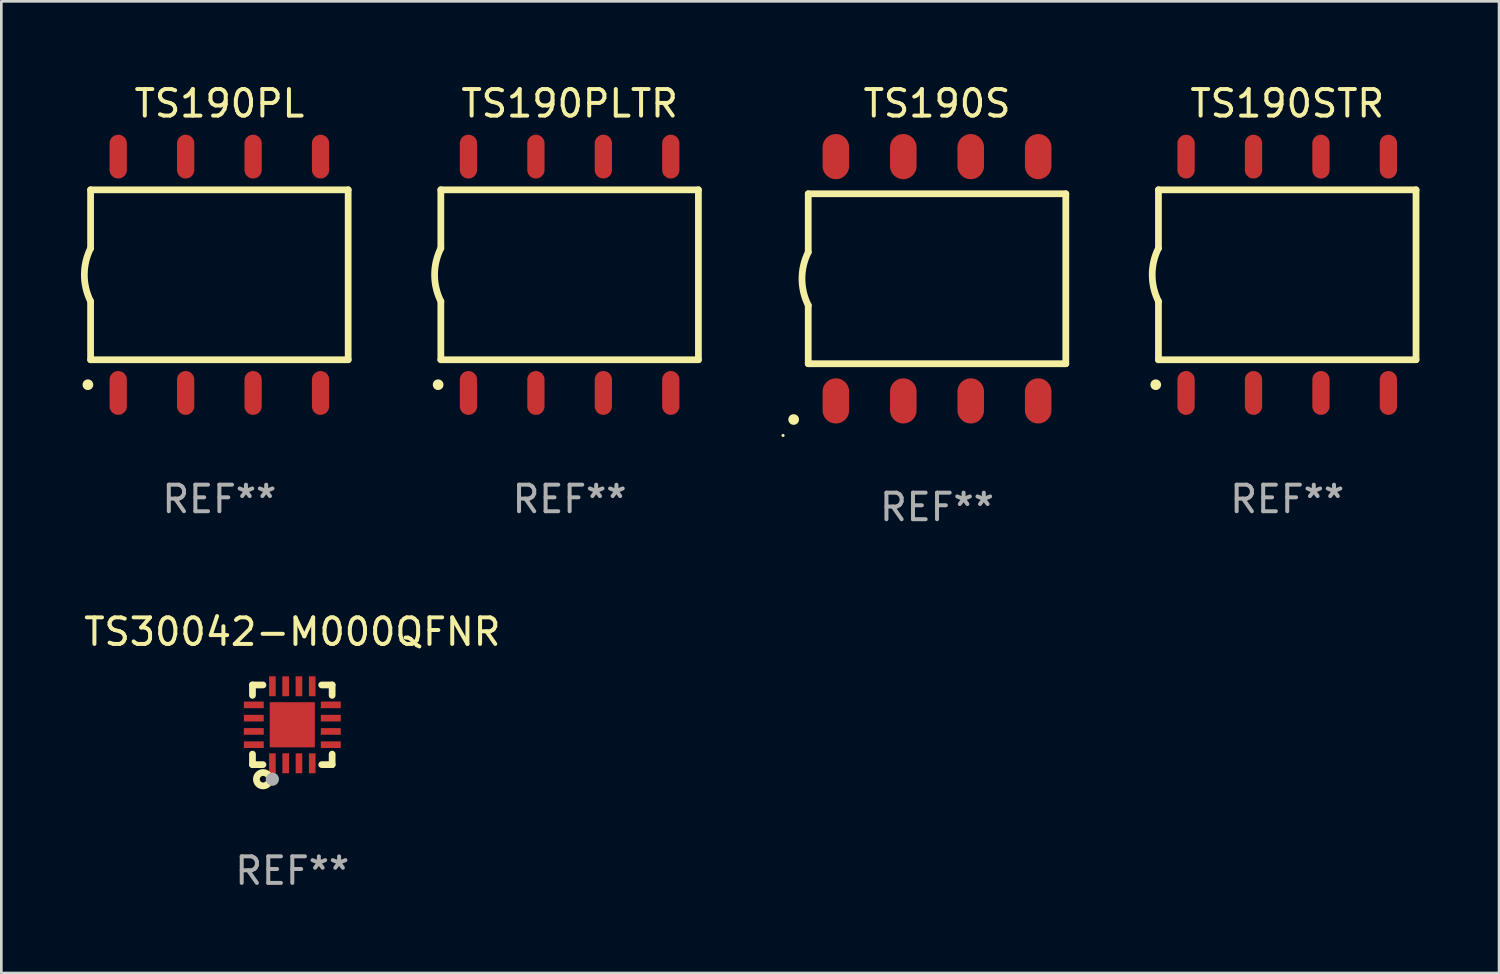
<source format=kicad_pcb>
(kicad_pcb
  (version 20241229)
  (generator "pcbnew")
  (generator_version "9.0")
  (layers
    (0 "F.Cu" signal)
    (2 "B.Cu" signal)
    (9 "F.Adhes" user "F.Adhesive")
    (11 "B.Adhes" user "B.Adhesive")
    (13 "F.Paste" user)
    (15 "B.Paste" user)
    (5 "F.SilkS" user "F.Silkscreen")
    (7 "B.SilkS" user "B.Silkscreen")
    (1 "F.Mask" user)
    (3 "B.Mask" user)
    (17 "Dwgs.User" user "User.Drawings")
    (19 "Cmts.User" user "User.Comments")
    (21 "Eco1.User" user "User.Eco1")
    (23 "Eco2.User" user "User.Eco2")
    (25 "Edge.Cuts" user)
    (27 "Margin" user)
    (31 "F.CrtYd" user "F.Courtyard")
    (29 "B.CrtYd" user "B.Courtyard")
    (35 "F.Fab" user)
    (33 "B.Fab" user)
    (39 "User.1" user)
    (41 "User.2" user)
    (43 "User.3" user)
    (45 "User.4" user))
  (footprint "TS30042-M000QFNR"
    (layer "F.Cu")
    (at 7.958 24.245)
    (property "Reference" "TS30042-M000QFNR" (at 0 -3.5 0) (layer "F.SilkS") (effects (font (size 1 1) (thickness 0.15))))
    (attr through_hole)
    (fp_line (start -1.5 -1.5) (end -1.5 -1.108) (stroke (width 0.254) (type solid)) (layer "F.SilkS"))
    (fp_line (start -1.5 -1.5) (end -1.105 -1.5) (stroke (width 0.254) (type solid)) (layer "F.SilkS"))
    (fp_line (start -1.5 1.104) (end -1.5 1.5) (stroke (width 0.254) (type solid)) (layer "F.SilkS"))
    (fp_line (start -1.5 1.5) (end -1.105 1.5) (stroke (width 0.254) (type solid)) (layer "F.SilkS"))
    (fp_line (start 1.106 -1.5) (end 1.5 -1.5) (stroke (width 0.254) (type solid)) (layer "F.SilkS"))
    (fp_line (start 1.108 1.5) (end 1.5 1.5) (stroke (width 0.254) (type solid)) (layer "F.SilkS"))
    (fp_line (start 1.5 -1.108) (end 1.5 -1.5) (stroke (width 0.254) (type solid)) (layer "F.SilkS"))
    (fp_line (start 1.5 1.5) (end 1.5 1.104) (stroke (width 0.254) (type solid)) (layer "F.SilkS"))
    (fp_circle (center -1.5 1.5) (end -1.47 1.5) (stroke (width 0.06) (type solid)) (fill no) (layer "F.SilkS"))
    (fp_circle (center -1.1 2.05) (end -0.975 2.05) (stroke (width 0.254) (type solid)) (fill no) (layer "F.SilkS"))
    (fp_circle (center -0.75 2.05) (end -0.625 2.05) (stroke (width 0.25) (type solid)) (fill no) (layer "F.Fab"))
    (fp_text user "REF**" (at 0 5.5 0) (layer "F.Fab") (effects (font (size 1 1) (thickness 0.15))))
    (pad "1" smd rect (at -0.749 1.45) (size 0.25 0.75) (layers "F.Cu" "F.Mask" "F.Paste"))
    (pad "2" smd rect (at -0.249 1.45) (size 0.25 0.75) (layers "F.Cu" "F.Mask" "F.Paste"))
    (pad "3" smd rect (at 0.251 1.45) (size 0.25 0.75) (layers "F.Cu" "F.Mask" "F.Paste"))
    (pad "4" smd rect (at 0.751 1.45) (size 0.25 0.75) (layers "F.Cu" "F.Mask" "F.Paste"))
    (pad "5" smd rect (at 1.45 0.75) (size 0.75 0.25) (layers "F.Cu" "F.Mask" "F.Paste"))
    (pad "6" smd rect (at 1.45 0.25) (size 0.75 0.25) (layers "F.Cu" "F.Mask" "F.Paste"))
    (pad "7" smd rect (at 1.45 -0.25) (size 0.75 0.25) (layers "F.Cu" "F.Mask" "F.Paste"))
    (pad "8" smd rect (at 1.45 -0.75) (size 0.75 0.25) (layers "F.Cu" "F.Mask" "F.Paste"))
    (pad "9" smd rect (at 0.75 -1.45) (size 0.25 0.75) (layers "F.Cu" "F.Mask" "F.Paste"))
    (pad "10" smd rect (at 0.25 -1.45) (size 0.25 0.75) (layers "F.Cu" "F.Mask" "F.Paste"))
    (pad "11" smd rect (at -0.25 -1.45) (size 0.25 0.75) (layers "F.Cu" "F.Mask" "F.Paste"))
    (pad "12" smd rect (at -0.749 -1.45) (size 0.25 0.75) (layers "F.Cu" "F.Mask" "F.Paste"))
    (pad "13" smd rect (at -1.45 -0.75) (size 0.75 0.25) (layers "F.Cu" "F.Mask" "F.Paste"))
    (pad "14" smd rect (at -1.45 -0.25) (size 0.75 0.25) (layers "F.Cu" "F.Mask" "F.Paste"))
    (pad "15" smd rect (at -1.45 0.25) (size 0.75 0.25) (layers "F.Cu" "F.Mask" "F.Paste"))
    (pad "16" smd rect (at -1.45 0.75) (size 0.75 0.25) (layers "F.Cu" "F.Mask" "F.Paste"))
    (pad "17" smd rect (at 0.000267 0.000267) (size 1.7 1.7) (layers "F.Cu" "F.Mask" "F.Paste")))
  (footprint "TS190PLTR"
    (layer "F.Cu")
    (at 18.402 7.298)
    (property "Reference" "TS190PLTR" (at 0 -6.45 0) (layer "F.SilkS") (effects (font (size 1 1) (thickness 0.15))))
    (attr through_hole)
    (fp_line (start -4.85 -3.2) (end -4.85 -1) (stroke (width 0.254) (type solid)) (layer "F.SilkS"))
    (fp_line (start -4.85 -3.2) (end 4.85 -3.2) (stroke (width 0.254) (type solid)) (layer "F.SilkS"))
    (fp_line (start -4.85 3.2) (end -4.85 1) (stroke (width 0.254) (type solid)) (layer "F.SilkS"))
    (fp_line (start 4.85 -3.2) (end 4.85 3.2) (stroke (width 0.254) (type solid)) (layer "F.SilkS"))
    (fp_line (start 4.85 3.2) (end -4.85 3.2) (stroke (width 0.254) (type solid)) (layer "F.SilkS"))
    (fp_arc (start -4.95301 4.140208) (mid -4.95174 4.140204) (end -4.95047 4.140208) (stroke (width 0.4) (type solid)) (layer "F.SilkS"))
    (fp_arc (start -4.84887 1.000762) (mid -5.085418 0.000516) (end -4.850013 -1) (stroke (width 0.254001) (type solid)) (layer "F.SilkS"))
    (fp_text user "REF**" (at 0 8.45 0) (layer "F.Fab") (effects (font (size 1 1) (thickness 0.15))))
    (pad "1" smd oval (at -3.81 4.45) (size 0.65 1.65) (layers "F.Cu" "F.Mask" "F.Paste"))
    (pad "2" smd oval (at -1.27 4.45) (size 0.65 1.65) (layers "F.Cu" "F.Mask" "F.Paste"))
    (pad "3" smd oval (at 1.27 4.45) (size 0.65 1.65) (layers "F.Cu" "F.Mask" "F.Paste"))
    (pad "4" smd oval (at 3.81 4.45) (size 0.65 1.65) (layers "F.Cu" "F.Mask" "F.Paste"))
    (pad "5" smd oval (at 3.81 -4.45 180) (size 0.65 1.65) (layers "F.Cu" "F.Mask" "F.Paste"))
    (pad "6" smd oval (at 1.27 -4.45 180) (size 0.65 1.65) (layers "F.Cu" "F.Mask" "F.Paste"))
    (pad "7" smd oval (at -1.27 -4.45 180) (size 0.65 1.65) (layers "F.Cu" "F.Mask" "F.Paste"))
    (pad "8" smd oval (at -3.81 -4.45 180) (size 0.65 1.65) (layers "F.Cu" "F.Mask" "F.Paste")))
  (footprint "TS190STR"
    (layer "F.Cu")
    (at 45.427 7.298)
    (property "Reference" "TS190STR" (at 0 -6.45 0) (layer "F.SilkS") (effects (font (size 1 1) (thickness 0.15))))
    (attr through_hole)
    (fp_line (start -4.85 -3.2) (end -4.85 -1) (stroke (width 0.254) (type solid)) (layer "F.SilkS"))
    (fp_line (start -4.85 -3.2) (end 4.85 -3.2) (stroke (width 0.254) (type solid)) (layer "F.SilkS"))
    (fp_line (start -4.85 3.2) (end -4.85 1) (stroke (width 0.254) (type solid)) (layer "F.SilkS"))
    (fp_line (start 4.85 -3.2) (end 4.85 3.2) (stroke (width 0.254) (type solid)) (layer "F.SilkS"))
    (fp_line (start 4.85 3.2) (end -4.85 3.2) (stroke (width 0.254) (type solid)) (layer "F.SilkS"))
    (fp_arc (start -4.95301 4.140208) (mid -4.95174 4.140204) (end -4.95047 4.140208) (stroke (width 0.4) (type solid)) (layer "F.SilkS"))
    (fp_arc (start -4.84887 1.000762) (mid -5.085418 0.000516) (end -4.850013 -1) (stroke (width 0.254001) (type solid)) (layer "F.SilkS"))
    (fp_text user "REF**" (at 0 8.45 0) (layer "F.Fab") (effects (font (size 1 1) (thickness 0.15))))
    (pad "1" smd oval (at -3.81 4.45) (size 0.65 1.65) (layers "F.Cu" "F.Mask" "F.Paste"))
    (pad "2" smd oval (at -1.27 4.45) (size 0.65 1.65) (layers "F.Cu" "F.Mask" "F.Paste"))
    (pad "3" smd oval (at 1.27 4.45) (size 0.65 1.65) (layers "F.Cu" "F.Mask" "F.Paste"))
    (pad "4" smd oval (at 3.81 4.45) (size 0.65 1.65) (layers "F.Cu" "F.Mask" "F.Paste"))
    (pad "5" smd oval (at 3.81 -4.45 180) (size 0.65 1.65) (layers "F.Cu" "F.Mask" "F.Paste"))
    (pad "6" smd oval (at 1.27 -4.45 180) (size 0.65 1.65) (layers "F.Cu" "F.Mask" "F.Paste"))
    (pad "7" smd oval (at -1.27 -4.45 180) (size 0.65 1.65) (layers "F.Cu" "F.Mask" "F.Paste"))
    (pad "8" smd oval (at -3.81 -4.45 180) (size 0.65 1.65) (layers "F.Cu" "F.Mask" "F.Paste")))
  (footprint "TS190S"
    (layer "F.Cu")
    (at 32.238 7.448)
    (property "Reference" "TS190S" (at 0 -6.6 0) (layer "F.SilkS") (effects (font (size 1 1) (thickness 0.15))))
    (attr through_hole)
    (fp_line (start -4.85 -3.2) (end -4.85 -1) (stroke (width 0.254) (type solid)) (layer "F.SilkS"))
    (fp_line (start -4.85 -3.2) (end 4.85 -3.2) (stroke (width 0.254) (type solid)) (layer "F.SilkS"))
    (fp_line (start -4.85 3.2) (end -4.85 1) (stroke (width 0.254) (type solid)) (layer "F.SilkS"))
    (fp_line (start 4.85 -3.2) (end 4.85 3.2) (stroke (width 0.254) (type solid)) (layer "F.SilkS"))
    (fp_line (start 4.85 3.2) (end -4.85 3.2) (stroke (width 0.254) (type solid)) (layer "F.SilkS"))
    (fp_arc (start -5.400051 5.300991) (mid -5.398781 5.300987) (end -5.397511 5.300991) (stroke (width 0.4) (type solid)) (layer "F.SilkS"))
    (fp_arc (start -4.84887 1.000762) (mid -5.085418 0.000516) (end -4.850013 -1) (stroke (width 0.254001) (type solid)) (layer "F.SilkS"))
    (fp_circle (center -5.799 5.901) (end -5.769 5.901) (stroke (width 0.06) (type solid)) (fill no) (layer "F.SilkS"))
    (fp_text user "REF**" (at 0 8.6 0) (layer "F.Fab") (effects (font (size 1 1) (thickness 0.15))))
    (pad "1" smd oval (at -3.81 4.6) (size 1 1.7) (layers "F.Cu" "F.Mask" "F.Paste"))
    (pad "2" smd oval (at -1.27 4.6) (size 1 1.7) (layers "F.Cu" "F.Mask" "F.Paste"))
    (pad "3" smd oval (at 1.27 4.6) (size 1 1.7) (layers "F.Cu" "F.Mask" "F.Paste"))
    (pad "4" smd oval (at 3.81 4.6) (size 1 1.7) (layers "F.Cu" "F.Mask" "F.Paste"))
    (pad "5" smd oval (at 3.81 -4.6 180) (size 1 1.7) (layers "F.Cu" "F.Mask" "F.Paste"))
    (pad "6" smd oval (at 1.27 -4.6 180) (size 1 1.7) (layers "F.Cu" "F.Mask" "F.Paste"))
    (pad "7" smd oval (at -1.27 -4.6 180) (size 1 1.7) (layers "F.Cu" "F.Mask" "F.Paste"))
    (pad "8" smd oval (at -3.81 -4.6 180) (size 1 1.7) (layers "F.Cu" "F.Mask" "F.Paste")))
  (footprint "TS190PL"
    (layer "F.Cu")
    (at 5.212 7.298)
    (property "Reference" "TS190PL" (at 0 -6.45 0) (layer "F.SilkS") (effects (font (size 1 1) (thickness 0.15))))
    (attr through_hole)
    (fp_line (start -4.85 -3.2) (end -4.85 -1) (stroke (width 0.254) (type solid)) (layer "F.SilkS"))
    (fp_line (start -4.85 -3.2) (end 4.85 -3.2) (stroke (width 0.254) (type solid)) (layer "F.SilkS"))
    (fp_line (start -4.85 3.2) (end -4.85 1) (stroke (width 0.254) (type solid)) (layer "F.SilkS"))
    (fp_line (start 4.85 -3.2) (end 4.85 3.2) (stroke (width 0.254) (type solid)) (layer "F.SilkS"))
    (fp_line (start 4.85 3.2) (end -4.85 3.2) (stroke (width 0.254) (type solid)) (layer "F.SilkS"))
    (fp_arc (start -4.95301 4.140208) (mid -4.95174 4.140204) (end -4.95047 4.140208) (stroke (width 0.4) (type solid)) (layer "F.SilkS"))
    (fp_arc (start -4.84887 1.000762) (mid -5.085418 0.000516) (end -4.850013 -1) (stroke (width 0.254001) (type solid)) (layer "F.SilkS"))
    (fp_text user "REF**" (at 0 8.45 0) (layer "F.Fab") (effects (font (size 1 1) (thickness 0.15))))
    (pad "1" smd oval (at -3.81 4.45) (size 0.65 1.65) (layers "F.Cu" "F.Mask" "F.Paste"))
    (pad "2" smd oval (at -1.27 4.45) (size 0.65 1.65) (layers "F.Cu" "F.Mask" "F.Paste"))
    (pad "3" smd oval (at 1.27 4.45) (size 0.65 1.65) (layers "F.Cu" "F.Mask" "F.Paste"))
    (pad "4" smd oval (at 3.81 4.45) (size 0.65 1.65) (layers "F.Cu" "F.Mask" "F.Paste"))
    (pad "5" smd oval (at 3.81 -4.45 180) (size 0.65 1.65) (layers "F.Cu" "F.Mask" "F.Paste"))
    (pad "6" smd oval (at 1.27 -4.45 180) (size 0.65 1.65) (layers "F.Cu" "F.Mask" "F.Paste"))
    (pad "7" smd oval (at -1.27 -4.45 180) (size 0.65 1.65) (layers "F.Cu" "F.Mask" "F.Paste"))
    (pad "8" smd oval (at -3.81 -4.45 180) (size 0.65 1.65) (layers "F.Cu" "F.Mask" "F.Paste")))
  (gr_rect
    (start -3 -3)
    (end 53.404 33.593)
    (stroke (width 0.1) (type default))
    (fill no)
    (layer "Edge.Cuts")))
</source>
